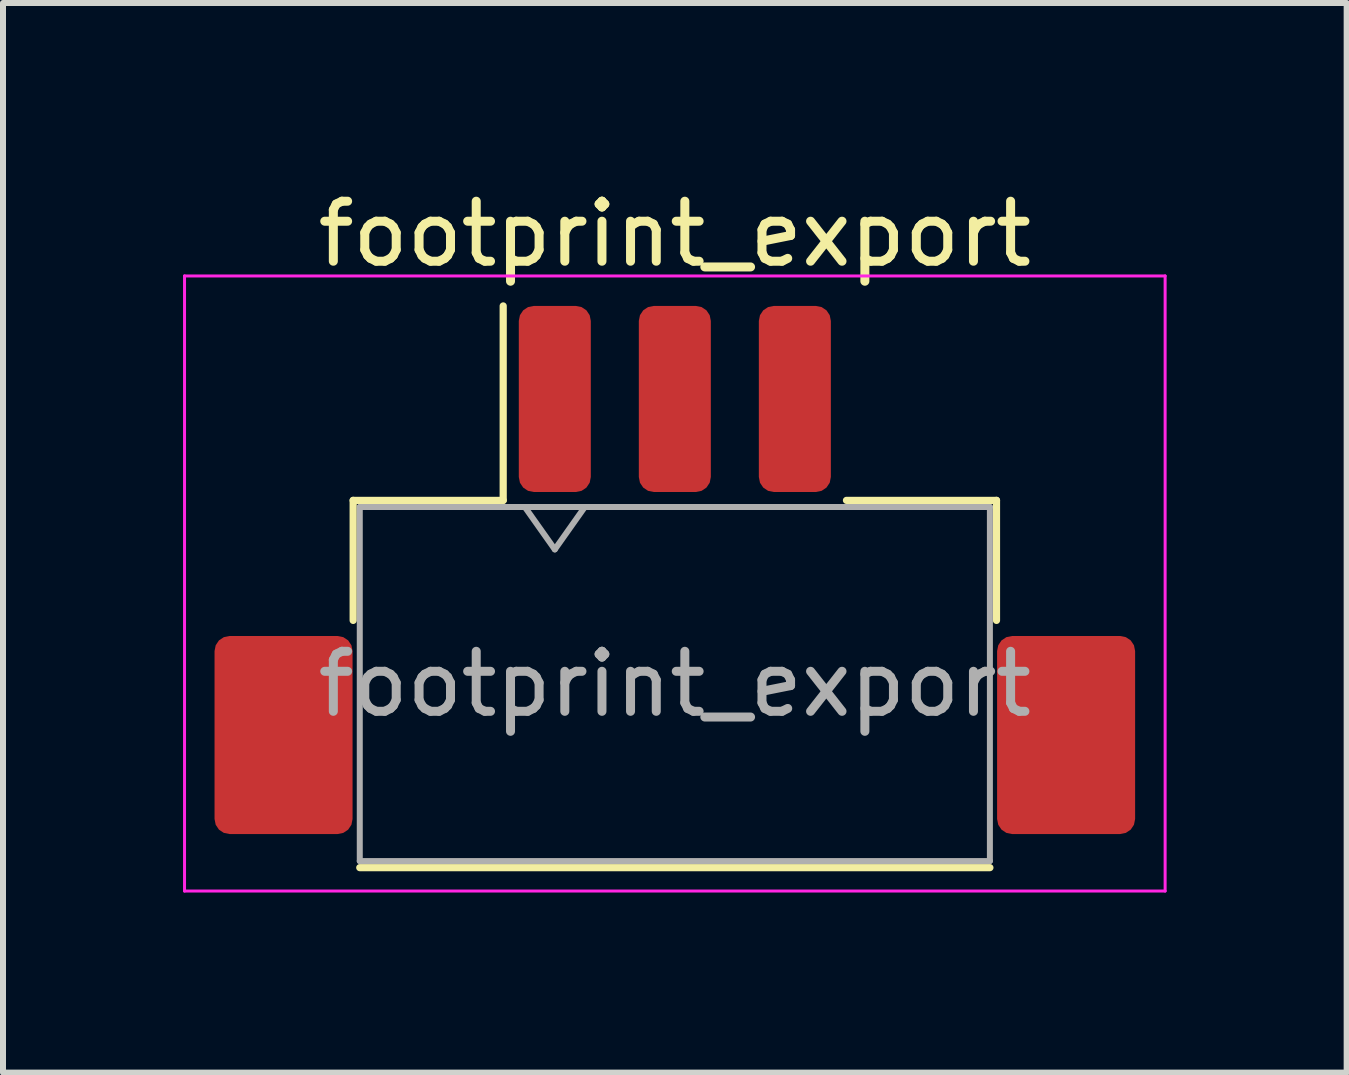
<source format=kicad_pcb>
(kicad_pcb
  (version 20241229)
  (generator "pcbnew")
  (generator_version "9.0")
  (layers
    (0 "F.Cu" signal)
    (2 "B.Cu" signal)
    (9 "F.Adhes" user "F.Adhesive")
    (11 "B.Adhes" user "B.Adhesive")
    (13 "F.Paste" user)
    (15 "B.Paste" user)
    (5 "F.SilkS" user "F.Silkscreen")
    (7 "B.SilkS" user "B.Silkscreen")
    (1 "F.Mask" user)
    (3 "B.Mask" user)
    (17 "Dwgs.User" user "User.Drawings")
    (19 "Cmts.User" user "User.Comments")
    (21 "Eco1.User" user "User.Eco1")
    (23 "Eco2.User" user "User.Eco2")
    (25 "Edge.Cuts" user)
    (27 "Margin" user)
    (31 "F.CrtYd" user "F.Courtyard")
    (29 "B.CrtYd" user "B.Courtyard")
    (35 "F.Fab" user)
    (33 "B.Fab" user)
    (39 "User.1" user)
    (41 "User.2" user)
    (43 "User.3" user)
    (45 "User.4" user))
  (footprint "footprint_export"
    (layer "F.Cu")
    (at 8.195 6.448)
    (property "Reference" "footprint_export" (at 0 -5.6 0) (layer "F.SilkS") (effects (font (size 1 1) (thickness 0.15))))
    (attr smd)
    (fp_line (start -5.36 -1.16) (end -2.86 -1.16) (stroke (width 0.12) (type solid)) (layer "F.SilkS"))
    (fp_line (start -5.36 0.84) (end -5.36 -1.16) (stroke (width 0.12) (type solid)) (layer "F.SilkS"))
    (fp_line (start -5.25 4.96) (end 5.25 4.96) (stroke (width 0.12) (type solid)) (layer "F.SilkS"))
    (fp_line (start -2.86 -1.16) (end -2.86 -4.4) (stroke (width 0.12) (type solid)) (layer "F.SilkS"))
    (fp_line (start 5.36 -1.16) (end 2.86 -1.16) (stroke (width 0.12) (type solid)) (layer "F.SilkS"))
    (fp_line (start 5.36 0.84) (end 5.36 -1.16) (stroke (width 0.12) (type solid)) (layer "F.SilkS"))
    (fp_line (start -8.17 -4.9) (end -8.17 5.35) (stroke (width 0.05) (type solid)) (layer "F.CrtYd"))
    (fp_line (start -8.17 5.35) (end 8.17 5.35) (stroke (width 0.05) (type solid)) (layer "F.CrtYd"))
    (fp_line (start 8.17 -4.9) (end -8.17 -4.9) (stroke (width 0.05) (type solid)) (layer "F.CrtYd"))
    (fp_line (start 8.17 5.35) (end 8.17 -4.9) (stroke (width 0.05) (type solid)) (layer "F.CrtYd"))
    (fp_line (start -5.25 -1.05) (end -5.25 4.85) (stroke (width 0.1) (type solid)) (layer "F.Fab"))
    (fp_line (start -5.25 -1.05) (end 5.25 -1.05) (stroke (width 0.1) (type solid)) (layer "F.Fab"))
    (fp_line (start -5.25 4.85) (end 5.25 4.85) (stroke (width 0.1) (type solid)) (layer "F.Fab"))
    (fp_line (start -2.5 -1.05) (end -2 -0.343) (stroke (width 0.1) (type solid)) (layer "F.Fab"))
    (fp_line (start -2 -0.343) (end -1.5 -1.05) (stroke (width 0.1) (type solid)) (layer "F.Fab"))
    (fp_line (start 5.25 -1.05) (end 5.25 4.85) (stroke (width 0.1) (type solid)) (layer "F.Fab"))
    (fp_text user "${REFERENCE}" (at 0 1.9 0) (layer "F.Fab") (effects (font (size 1 1) (thickness 0.15))))
    (pad "1" smd roundrect (at -2 -2.85) (size 1.2 3.1) (layers "F.Cu" "F.Mask" "F.Paste") (roundrect_rratio 0.208))
    (pad "2" smd roundrect (at 0 -2.85) (size 1.2 3.1) (layers "F.Cu" "F.Mask" "F.Paste") (roundrect_rratio 0.208))
    (pad "3" smd roundrect (at 2 -2.85) (size 1.2 3.1) (layers "F.Cu" "F.Mask" "F.Paste") (roundrect_rratio 0.208))
    (pad "MP" smd roundrect (at -6.52 2.75) (size 2.3 3.3) (layers "F.Cu" "F.Mask" "F.Paste") (roundrect_rratio 0.109))
    (pad "MP" smd roundrect (at 6.52 2.75) (size 2.3 3.3) (layers "F.Cu" "F.Mask" "F.Paste") (roundrect_rratio 0.109)))
  (gr_rect
    (start -3 -3)
    (end 19.39 14.823)
    (stroke (width 0.1) (type default))
    (fill no)
    (layer "Edge.Cuts")))
</source>
